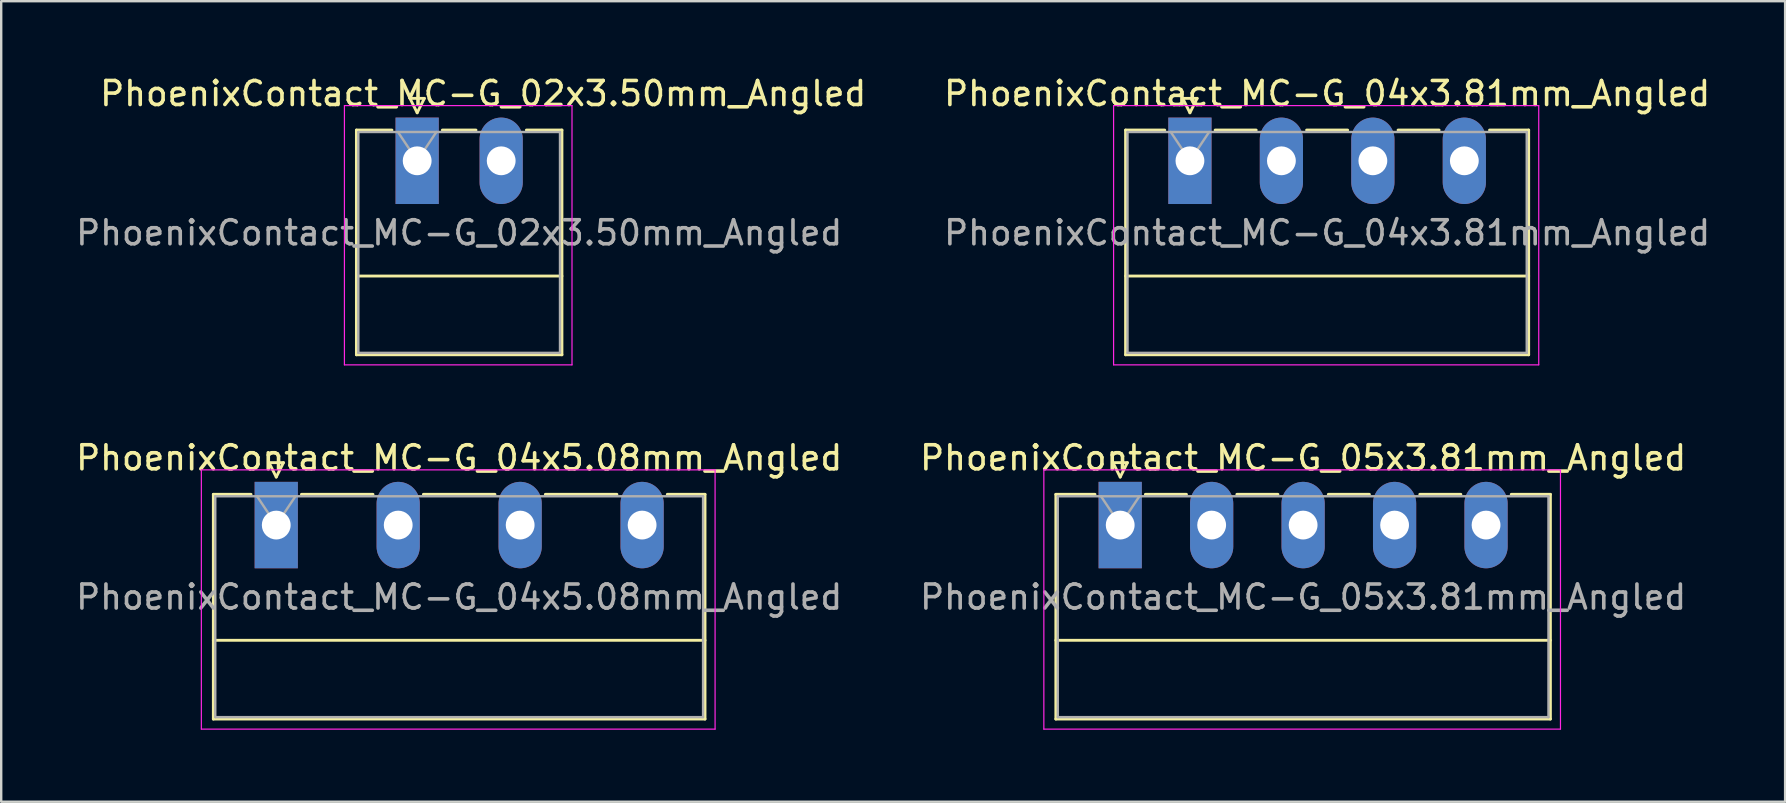
<source format=kicad_pcb>
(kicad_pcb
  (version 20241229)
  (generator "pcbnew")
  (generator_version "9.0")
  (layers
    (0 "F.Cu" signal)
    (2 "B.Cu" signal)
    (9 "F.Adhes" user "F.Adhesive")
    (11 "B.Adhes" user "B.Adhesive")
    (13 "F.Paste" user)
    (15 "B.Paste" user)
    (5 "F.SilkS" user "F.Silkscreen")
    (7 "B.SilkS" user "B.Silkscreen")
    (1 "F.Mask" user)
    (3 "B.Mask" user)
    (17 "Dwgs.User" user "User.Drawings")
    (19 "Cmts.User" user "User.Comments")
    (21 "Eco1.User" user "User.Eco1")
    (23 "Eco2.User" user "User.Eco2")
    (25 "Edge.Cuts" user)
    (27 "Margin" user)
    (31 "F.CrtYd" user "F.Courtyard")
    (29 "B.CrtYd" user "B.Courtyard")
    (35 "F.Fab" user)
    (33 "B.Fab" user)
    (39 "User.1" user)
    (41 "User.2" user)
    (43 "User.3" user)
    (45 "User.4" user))
  (footprint "PhoenixContact_MC-G_05x3.81mm_Angled"
    (layer "F.Cu")
    (at 43.612 18.822)
    (property "Reference" "PhoenixContact_MC-G_05x3.81mm_Angled" (at 7.62 -2.8 0) (layer "F.SilkS") (effects (font (size 1 1) (thickness 0.15))))
    (attr through_hole)
    (fp_line (start -2.68 -1.28) (end -2.68 8.08) (stroke (width 0.12) (type solid)) (layer "F.SilkS"))
    (fp_line (start -2.68 -1.28) (end -1.05 -1.28) (stroke (width 0.12) (type solid)) (layer "F.SilkS"))
    (fp_line (start -2.68 4.8) (end 17.92 4.8) (stroke (width 0.12) (type solid)) (layer "F.SilkS"))
    (fp_line (start -2.68 8.08) (end 17.92 8.08) (stroke (width 0.12) (type solid)) (layer "F.SilkS"))
    (fp_line (start -0.3 -2.6) (end 0.3 -2.6) (stroke (width 0.12) (type solid)) (layer "F.SilkS"))
    (fp_line (start 0 -2) (end -0.3 -2.6) (stroke (width 0.12) (type solid)) (layer "F.SilkS"))
    (fp_line (start 0.3 -2.6) (end 0 -2) (stroke (width 0.12) (type solid)) (layer "F.SilkS"))
    (fp_line (start 1.05 -1.28) (end 2.76 -1.28) (stroke (width 0.12) (type solid)) (layer "F.SilkS"))
    (fp_line (start 4.86 -1.28) (end 6.57 -1.28) (stroke (width 0.12) (type solid)) (layer "F.SilkS"))
    (fp_line (start 8.67 -1.28) (end 10.38 -1.28) (stroke (width 0.12) (type solid)) (layer "F.SilkS"))
    (fp_line (start 12.48 -1.28) (end 14.19 -1.28) (stroke (width 0.12) (type solid)) (layer "F.SilkS"))
    (fp_line (start 17.92 -1.28) (end 16.29 -1.28) (stroke (width 0.12) (type solid)) (layer "F.SilkS"))
    (fp_line (start 17.92 8.08) (end 17.92 -1.28) (stroke (width 0.12) (type solid)) (layer "F.SilkS"))
    (fp_line (start -3.18 -2.3) (end -3.18 8.5) (stroke (width 0.05) (type solid)) (layer "F.CrtYd"))
    (fp_line (start -3.18 8.5) (end 18.34 8.5) (stroke (width 0.05) (type solid)) (layer "F.CrtYd"))
    (fp_line (start 18.34 -2.3) (end -3.18 -2.3) (stroke (width 0.05) (type solid)) (layer "F.CrtYd"))
    (fp_line (start 18.34 8.5) (end 18.34 -2.3) (stroke (width 0.05) (type solid)) (layer "F.CrtYd"))
    (fp_line (start -2.6 -1.2) (end -2.6 8) (stroke (width 0.1) (type solid)) (layer "F.Fab"))
    (fp_line (start -2.6 8) (end 17.84 8) (stroke (width 0.1) (type solid)) (layer "F.Fab"))
    (fp_line (start 0 0) (end -0.8 -1.2) (stroke (width 0.1) (type solid)) (layer "F.Fab"))
    (fp_line (start 0.8 -1.2) (end 0 0) (stroke (width 0.1) (type solid)) (layer "F.Fab"))
    (fp_line (start 17.84 -1.2) (end -2.6 -1.2) (stroke (width 0.1) (type solid)) (layer "F.Fab"))
    (fp_line (start 17.84 8) (end 17.84 -1.2) (stroke (width 0.1) (type solid)) (layer "F.Fab"))
    (fp_text user "${REFERENCE}" (at 7.62 3 0) (layer "F.Fab") (effects (font (size 1 1) (thickness 0.15))))
    (pad "1" thru_hole rect (at 0 0) (size 1.8 3.6) (drill 1.2) (layers "*.Cu" "*.Mask"))
    (pad "2" thru_hole oval (at 3.81 0) (size 1.8 3.6) (drill 1.2) (layers "*.Cu" "*.Mask"))
    (pad "3" thru_hole oval (at 7.62 0) (size 1.8 3.6) (drill 1.2) (layers "*.Cu" "*.Mask"))
    (pad "4" thru_hole oval (at 11.43 0) (size 1.8 3.6) (drill 1.2) (layers "*.Cu" "*.Mask"))
    (pad "5" thru_hole oval (at 15.24 0) (size 1.8 3.6) (drill 1.2) (layers "*.Cu" "*.Mask")))
  (footprint "PhoenixContact_MC-G_04x5.08mm_Angled"
    (layer "F.Cu")
    (at 8.457 18.822)
    (property "Reference" "PhoenixContact_MC-G_04x5.08mm_Angled" (at 7.62 -2.8 0) (layer "F.SilkS") (effects (font (size 1 1) (thickness 0.15))))
    (attr through_hole)
    (fp_line (start -2.62 -1.28) (end -2.62 8.08) (stroke (width 0.12) (type solid)) (layer "F.SilkS"))
    (fp_line (start -2.62 -1.28) (end -1.05 -1.28) (stroke (width 0.12) (type solid)) (layer "F.SilkS"))
    (fp_line (start -2.62 4.8) (end 17.86 4.8) (stroke (width 0.12) (type solid)) (layer "F.SilkS"))
    (fp_line (start -2.62 8.08) (end 17.86 8.08) (stroke (width 0.12) (type solid)) (layer "F.SilkS"))
    (fp_line (start -0.3 -2.6) (end 0.3 -2.6) (stroke (width 0.12) (type solid)) (layer "F.SilkS"))
    (fp_line (start 0 -2) (end -0.3 -2.6) (stroke (width 0.12) (type solid)) (layer "F.SilkS"))
    (fp_line (start 0.3 -2.6) (end 0 -2) (stroke (width 0.12) (type solid)) (layer "F.SilkS"))
    (fp_line (start 1.05 -1.28) (end 4.03 -1.28) (stroke (width 0.12) (type solid)) (layer "F.SilkS"))
    (fp_line (start 6.13 -1.28) (end 9.11 -1.28) (stroke (width 0.12) (type solid)) (layer "F.SilkS"))
    (fp_line (start 11.21 -1.28) (end 14.19 -1.28) (stroke (width 0.12) (type solid)) (layer "F.SilkS"))
    (fp_line (start 17.86 -1.28) (end 16.29 -1.28) (stroke (width 0.12) (type solid)) (layer "F.SilkS"))
    (fp_line (start 17.86 8.08) (end 17.86 -1.28) (stroke (width 0.12) (type solid)) (layer "F.SilkS"))
    (fp_line (start -3.12 -2.3) (end -3.12 8.5) (stroke (width 0.05) (type solid)) (layer "F.CrtYd"))
    (fp_line (start -3.12 8.5) (end 18.28 8.5) (stroke (width 0.05) (type solid)) (layer "F.CrtYd"))
    (fp_line (start 18.28 -2.3) (end -3.12 -2.3) (stroke (width 0.05) (type solid)) (layer "F.CrtYd"))
    (fp_line (start 18.28 8.5) (end 18.28 -2.3) (stroke (width 0.05) (type solid)) (layer "F.CrtYd"))
    (fp_line (start -2.54 -1.2) (end -2.54 8) (stroke (width 0.1) (type solid)) (layer "F.Fab"))
    (fp_line (start -2.54 8) (end 17.78 8) (stroke (width 0.1) (type solid)) (layer "F.Fab"))
    (fp_line (start 0 0) (end -0.8 -1.2) (stroke (width 0.1) (type solid)) (layer "F.Fab"))
    (fp_line (start 0.8 -1.2) (end 0 0) (stroke (width 0.1) (type solid)) (layer "F.Fab"))
    (fp_line (start 17.78 -1.2) (end -2.54 -1.2) (stroke (width 0.1) (type solid)) (layer "F.Fab"))
    (fp_line (start 17.78 8) (end 17.78 -1.2) (stroke (width 0.1) (type solid)) (layer "F.Fab"))
    (fp_text user "${REFERENCE}" (at 7.62 3 0) (layer "F.Fab") (effects (font (size 1 1) (thickness 0.15))))
    (pad "1" thru_hole rect (at 0 0) (size 1.8 3.6) (drill 1.2) (layers "*.Cu" "*.Mask"))
    (pad "2" thru_hole oval (at 5.08 0) (size 1.8 3.6) (drill 1.2) (layers "*.Cu" "*.Mask"))
    (pad "3" thru_hole oval (at 10.16 0) (size 1.8 3.6) (drill 1.2) (layers "*.Cu" "*.Mask"))
    (pad "4" thru_hole oval (at 15.24 0) (size 1.8 3.6) (drill 1.2) (layers "*.Cu" "*.Mask")))
  (footprint "PhoenixContact_MC-G_02x3.50mm_Angled"
    (layer "F.Cu")
    (at 14.327 3.648)
    (property "Reference" "PhoenixContact_MC-G_02x3.50mm_Angled" (at 2.75 -2.8 0) (layer "F.SilkS") (effects (font (size 1 1) (thickness 0.15))))
    (attr through_hole)
    (fp_line (start -2.53 -1.28) (end -2.53 8.08) (stroke (width 0.12) (type solid)) (layer "F.SilkS"))
    (fp_line (start -2.53 -1.28) (end -1.05 -1.28) (stroke (width 0.12) (type solid)) (layer "F.SilkS"))
    (fp_line (start -2.53 4.8) (end 6.03 4.8) (stroke (width 0.12) (type solid)) (layer "F.SilkS"))
    (fp_line (start -2.53 8.08) (end 6.03 8.08) (stroke (width 0.12) (type solid)) (layer "F.SilkS"))
    (fp_line (start -0.3 -2.6) (end 0.3 -2.6) (stroke (width 0.12) (type solid)) (layer "F.SilkS"))
    (fp_line (start 0 -2) (end -0.3 -2.6) (stroke (width 0.12) (type solid)) (layer "F.SilkS"))
    (fp_line (start 0.3 -2.6) (end 0 -2) (stroke (width 0.12) (type solid)) (layer "F.SilkS"))
    (fp_line (start 1.05 -1.28) (end 2.45 -1.28) (stroke (width 0.12) (type solid)) (layer "F.SilkS"))
    (fp_line (start 6.03 -1.28) (end 4.55 -1.28) (stroke (width 0.12) (type solid)) (layer "F.SilkS"))
    (fp_line (start 6.03 8.08) (end 6.03 -1.28) (stroke (width 0.12) (type solid)) (layer "F.SilkS"))
    (fp_line (start -3.03 -2.3) (end -3.03 8.5) (stroke (width 0.05) (type solid)) (layer "F.CrtYd"))
    (fp_line (start -3.03 8.5) (end 6.45 8.5) (stroke (width 0.05) (type solid)) (layer "F.CrtYd"))
    (fp_line (start 6.45 -2.3) (end -3.03 -2.3) (stroke (width 0.05) (type solid)) (layer "F.CrtYd"))
    (fp_line (start 6.45 8.5) (end 6.45 -2.3) (stroke (width 0.05) (type solid)) (layer "F.CrtYd"))
    (fp_line (start -2.45 -1.2) (end -2.45 8) (stroke (width 0.1) (type solid)) (layer "F.Fab"))
    (fp_line (start -2.45 8) (end 5.95 8) (stroke (width 0.1) (type solid)) (layer "F.Fab"))
    (fp_line (start 0 0) (end -0.8 -1.2) (stroke (width 0.1) (type solid)) (layer "F.Fab"))
    (fp_line (start 0.8 -1.2) (end 0 0) (stroke (width 0.1) (type solid)) (layer "F.Fab"))
    (fp_line (start 5.95 -1.2) (end -2.45 -1.2) (stroke (width 0.1) (type solid)) (layer "F.Fab"))
    (fp_line (start 5.95 8) (end 5.95 -1.2) (stroke (width 0.1) (type solid)) (layer "F.Fab"))
    (fp_text user "${REFERENCE}" (at 1.75 3 0) (layer "F.Fab") (effects (font (size 1 1) (thickness 0.15))))
    (pad "1" thru_hole rect (at 0 0) (size 1.8 3.6) (drill 1.2) (layers "*.Cu" "*.Mask"))
    (pad "2" thru_hole oval (at 3.5 0) (size 1.8 3.6) (drill 1.2) (layers "*.Cu" "*.Mask")))
  (footprint "PhoenixContact_MC-G_04x3.81mm_Angled"
    (layer "F.Cu")
    (at 46.517 3.648)
    (property "Reference" "PhoenixContact_MC-G_04x3.81mm_Angled" (at 5.715 -2.8 0) (layer "F.SilkS") (effects (font (size 1 1) (thickness 0.15))))
    (attr through_hole)
    (fp_line (start -2.68 -1.28) (end -2.68 8.08) (stroke (width 0.12) (type solid)) (layer "F.SilkS"))
    (fp_line (start -2.68 -1.28) (end -1.05 -1.28) (stroke (width 0.12) (type solid)) (layer "F.SilkS"))
    (fp_line (start -2.68 4.8) (end 14.11 4.8) (stroke (width 0.12) (type solid)) (layer "F.SilkS"))
    (fp_line (start -2.68 8.08) (end 14.11 8.08) (stroke (width 0.12) (type solid)) (layer "F.SilkS"))
    (fp_line (start -0.3 -2.6) (end 0.3 -2.6) (stroke (width 0.12) (type solid)) (layer "F.SilkS"))
    (fp_line (start 0 -2) (end -0.3 -2.6) (stroke (width 0.12) (type solid)) (layer "F.SilkS"))
    (fp_line (start 0.3 -2.6) (end 0 -2) (stroke (width 0.12) (type solid)) (layer "F.SilkS"))
    (fp_line (start 1.05 -1.28) (end 2.76 -1.28) (stroke (width 0.12) (type solid)) (layer "F.SilkS"))
    (fp_line (start 4.86 -1.28) (end 6.57 -1.28) (stroke (width 0.12) (type solid)) (layer "F.SilkS"))
    (fp_line (start 8.67 -1.28) (end 10.38 -1.28) (stroke (width 0.12) (type solid)) (layer "F.SilkS"))
    (fp_line (start 14.11 -1.28) (end 12.48 -1.28) (stroke (width 0.12) (type solid)) (layer "F.SilkS"))
    (fp_line (start 14.11 8.08) (end 14.11 -1.28) (stroke (width 0.12) (type solid)) (layer "F.SilkS"))
    (fp_line (start -3.18 -2.3) (end -3.18 8.5) (stroke (width 0.05) (type solid)) (layer "F.CrtYd"))
    (fp_line (start -3.18 8.5) (end 14.53 8.5) (stroke (width 0.05) (type solid)) (layer "F.CrtYd"))
    (fp_line (start 14.53 -2.3) (end -3.18 -2.3) (stroke (width 0.05) (type solid)) (layer "F.CrtYd"))
    (fp_line (start 14.53 8.5) (end 14.53 -2.3) (stroke (width 0.05) (type solid)) (layer "F.CrtYd"))
    (fp_line (start -2.6 -1.2) (end -2.6 8) (stroke (width 0.1) (type solid)) (layer "F.Fab"))
    (fp_line (start -2.6 8) (end 14.03 8) (stroke (width 0.1) (type solid)) (layer "F.Fab"))
    (fp_line (start 0 0) (end -0.8 -1.2) (stroke (width 0.1) (type solid)) (layer "F.Fab"))
    (fp_line (start 0.8 -1.2) (end 0 0) (stroke (width 0.1) (type solid)) (layer "F.Fab"))
    (fp_line (start 14.03 -1.2) (end -2.6 -1.2) (stroke (width 0.1) (type solid)) (layer "F.Fab"))
    (fp_line (start 14.03 8) (end 14.03 -1.2) (stroke (width 0.1) (type solid)) (layer "F.Fab"))
    (fp_text user "${REFERENCE}" (at 5.715 3 0) (layer "F.Fab") (effects (font (size 1 1) (thickness 0.15))))
    (pad "1" thru_hole rect (at 0 0) (size 1.8 3.6) (drill 1.2) (layers "*.Cu" "*.Mask"))
    (pad "2" thru_hole oval (at 3.81 0) (size 1.8 3.6) (drill 1.2) (layers "*.Cu" "*.Mask"))
    (pad "3" thru_hole oval (at 7.62 0) (size 1.8 3.6) (drill 1.2) (layers "*.Cu" "*.Mask"))
    (pad "4" thru_hole oval (at 11.43 0) (size 1.8 3.6) (drill 1.2) (layers "*.Cu" "*.Mask")))
  (gr_rect
    (start -3 -3)
    (end 71.31 30.346)
    (stroke (width 0.1) (type default))
    (fill no)
    (layer "Edge.Cuts")))
</source>
